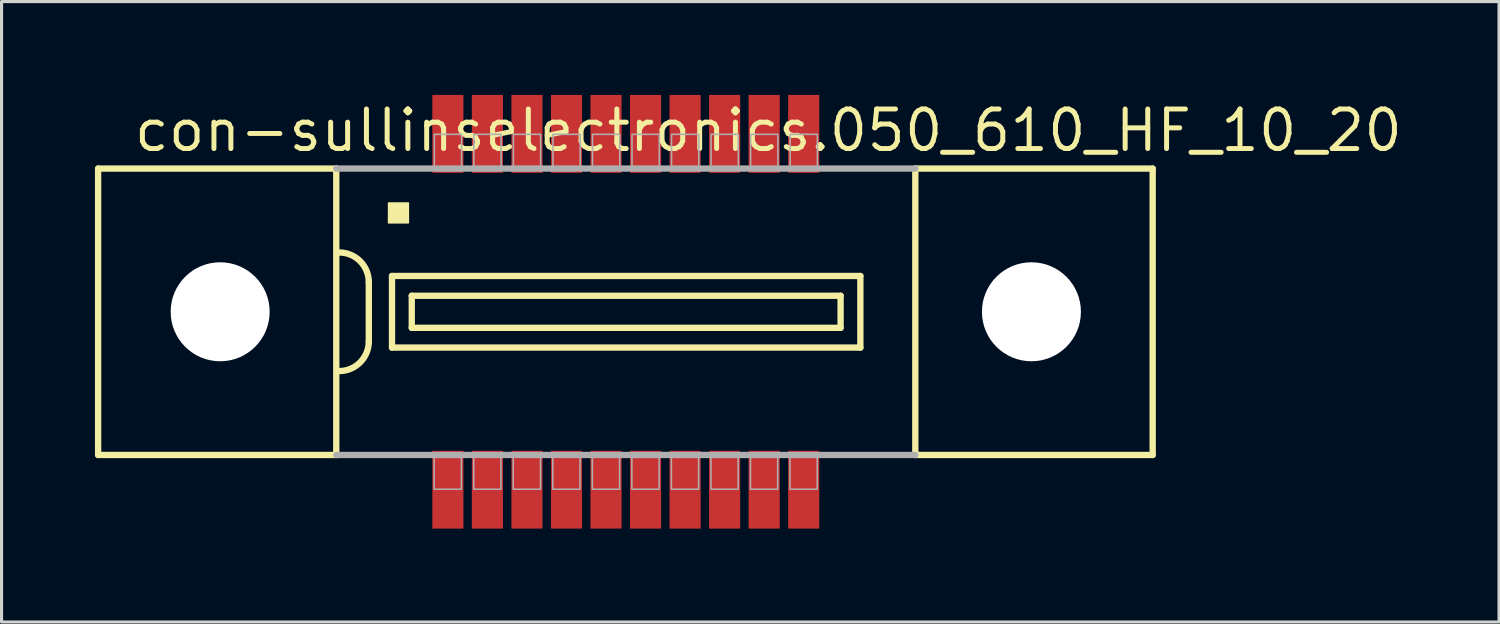
<source format=kicad_pcb>
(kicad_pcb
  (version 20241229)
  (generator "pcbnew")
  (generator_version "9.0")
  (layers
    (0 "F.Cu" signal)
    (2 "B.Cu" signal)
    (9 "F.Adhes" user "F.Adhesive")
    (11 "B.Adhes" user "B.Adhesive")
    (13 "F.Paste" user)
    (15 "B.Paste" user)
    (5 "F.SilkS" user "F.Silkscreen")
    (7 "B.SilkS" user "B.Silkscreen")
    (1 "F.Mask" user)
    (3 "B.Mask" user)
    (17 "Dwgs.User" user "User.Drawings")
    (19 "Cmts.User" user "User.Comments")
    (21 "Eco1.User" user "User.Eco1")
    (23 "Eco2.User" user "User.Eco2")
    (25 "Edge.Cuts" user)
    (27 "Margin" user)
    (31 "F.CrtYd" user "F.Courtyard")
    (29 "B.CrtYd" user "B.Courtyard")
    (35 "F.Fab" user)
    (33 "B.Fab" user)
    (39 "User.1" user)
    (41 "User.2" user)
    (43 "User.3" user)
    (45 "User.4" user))
  (footprint "con-sullinselectronics.050_610_HF_10_20"
    (layer "F.Cu")
    (at 17.052 6.965)
    (property "Reference" "con-sullinselectronics.050_610_HF_10_20" (at -15.875 -5.08 0) (layer "F.SilkS") (effects (font (size 1.27 1.27) (thickness 0.16)) (justify left bottom)))
    (attr smd)
    (fp_line (start -16.95 -4.6) (end -16.95 4.6) (stroke (width 0.203) (type default)) (layer "F.SilkS"))
    (fp_line (start -16.95 4.6) (end -9.3 4.6) (stroke (width 0.203) (type default)) (layer "F.SilkS"))
    (fp_line (start -9.3 -4.6) (end -16.95 -4.6) (stroke (width 0.203) (type default)) (layer "F.SilkS"))
    (fp_line (start -9.3 -4.6) (end -9.3 4.6) (stroke (width 0.203) (type default)) (layer "F.SilkS"))
    (fp_line (start -8.255 -0.953) (end -8.255 0.953) (stroke (width 0.203) (type default)) (layer "F.SilkS"))
    (fp_line (start -7.51 -1.15) (end -7.51 1.15) (stroke (width 0.203) (type default)) (layer "F.SilkS"))
    (fp_line (start -7.51 1.15) (end 7.535 1.15) (stroke (width 0.203) (type default)) (layer "F.SilkS"))
    (fp_line (start -6.875 -0.515) (end -6.875 0.515) (stroke (width 0.203) (type default)) (layer "F.SilkS"))
    (fp_line (start -6.875 0.515) (end 6.9 0.515) (stroke (width 0.203) (type default)) (layer "F.SilkS"))
    (fp_line (start 6.9 -0.515) (end -6.875 -0.515) (stroke (width 0.203) (type default)) (layer "F.SilkS"))
    (fp_line (start 6.9 0.515) (end 6.9 -0.515) (stroke (width 0.203) (type default)) (layer "F.SilkS"))
    (fp_line (start 7.535 -1.15) (end -7.51 -1.15) (stroke (width 0.203) (type default)) (layer "F.SilkS"))
    (fp_line (start 7.535 1.15) (end 7.535 -1.15) (stroke (width 0.203) (type default)) (layer "F.SilkS"))
    (fp_line (start 9.3 4.6) (end 9.3 -4.6) (stroke (width 0.203) (type default)) (layer "F.SilkS"))
    (fp_line (start 9.3 4.6) (end 16.925 4.6) (stroke (width 0.203) (type default)) (layer "F.SilkS"))
    (fp_line (start 16.925 -4.6) (end 9.3 -4.6) (stroke (width 0.203) (type default)) (layer "F.SilkS"))
    (fp_line (start 16.925 4.6) (end 16.925 -4.6) (stroke (width 0.203) (type default)) (layer "F.SilkS"))
    (fp_rect (start -7.62 -2.857) (end -6.985 -3.493) (stroke (width 0.05) (type default)) (fill yes) (layer "F.SilkS"))
    (fp_arc (start -9.2075 -1.905) (mid -8.533981 -1.626019) (end -8.255 -0.9525) (stroke (width 0.2032) (type default)) (layer "F.SilkS"))
    (fp_arc (start -8.255 0.9525) (mid -8.53401 1.62599) (end -9.2075 1.905) (stroke (width 0.2032) (type default)) (layer "F.SilkS"))
    (fp_line (start -9.3 4.6) (end 9.3 4.6) (stroke (width 0.203) (type default)) (layer "F.Fab"))
    (fp_line (start 9.3 -4.6) (end -9.3 -4.6) (stroke (width 0.203) (type default)) (layer "F.Fab"))
    (fp_rect (start -6.155 5.7) (end -5.28 4.65) (stroke (width 0.05) (type default)) (fill no) (layer "F.Fab"))
    (fp_rect (start -6.15 -4.65) (end -5.275 -5.7) (stroke (width 0.05) (type default)) (fill no) (layer "F.Fab"))
    (fp_rect (start -4.885 5.7) (end -4.01 4.65) (stroke (width 0.05) (type default)) (fill no) (layer "F.Fab"))
    (fp_rect (start -4.88 -4.65) (end -4.005 -5.7) (stroke (width 0.05) (type default)) (fill no) (layer "F.Fab"))
    (fp_rect (start -3.615 5.7) (end -2.74 4.65) (stroke (width 0.05) (type default)) (fill no) (layer "F.Fab"))
    (fp_rect (start -3.61 -4.65) (end -2.735 -5.7) (stroke (width 0.05) (type default)) (fill no) (layer "F.Fab"))
    (fp_rect (start -2.345 5.7) (end -1.47 4.65) (stroke (width 0.05) (type default)) (fill no) (layer "F.Fab"))
    (fp_rect (start -2.34 -4.65) (end -1.465 -5.7) (stroke (width 0.05) (type default)) (fill no) (layer "F.Fab"))
    (fp_rect (start -1.075 5.7) (end -0.2 4.65) (stroke (width 0.05) (type default)) (fill no) (layer "F.Fab"))
    (fp_rect (start -1.07 -4.65) (end -0.195 -5.7) (stroke (width 0.05) (type default)) (fill no) (layer "F.Fab"))
    (fp_rect (start 0.195 5.7) (end 1.07 4.65) (stroke (width 0.05) (type default)) (fill no) (layer "F.Fab"))
    (fp_rect (start 0.2 -4.65) (end 1.075 -5.7) (stroke (width 0.05) (type default)) (fill no) (layer "F.Fab"))
    (fp_rect (start 1.465 5.7) (end 2.34 4.65) (stroke (width 0.05) (type default)) (fill no) (layer "F.Fab"))
    (fp_rect (start 1.47 -4.65) (end 2.345 -5.7) (stroke (width 0.05) (type default)) (fill no) (layer "F.Fab"))
    (fp_rect (start 2.735 5.7) (end 3.61 4.65) (stroke (width 0.05) (type default)) (fill no) (layer "F.Fab"))
    (fp_rect (start 2.74 -4.65) (end 3.615 -5.7) (stroke (width 0.05) (type default)) (fill no) (layer "F.Fab"))
    (fp_rect (start 4.005 5.7) (end 4.88 4.65) (stroke (width 0.05) (type default)) (fill no) (layer "F.Fab"))
    (fp_rect (start 4.01 -4.65) (end 4.885 -5.7) (stroke (width 0.05) (type default)) (fill no) (layer "F.Fab"))
    (fp_rect (start 5.275 5.7) (end 6.15 4.65) (stroke (width 0.05) (type default)) (fill no) (layer "F.Fab"))
    (fp_rect (start 5.28 -4.65) (end 6.155 -5.7) (stroke (width 0.05) (type default)) (fill no) (layer "F.Fab"))
    (pad "" np_thru_hole circle (at -13.03 0) (size 3.18 3.18) (drill 3.18) (layers "*.Cu" "*.Mask"))
    (pad "" np_thru_hole circle (at 13.03 0) (size 3.18 3.18) (drill 3.18) (layers "*.Cu" "*.Mask"))
    (pad "1" smd roundrect (at -5.715 -5.715) (size 1 2.5) (layers "F.Cu" "F.Mask" "F.Paste") (roundrect_rratio 0.01))
    (pad "2" smd roundrect (at -4.445 -5.715) (size 1 2.5) (layers "F.Cu" "F.Mask" "F.Paste") (roundrect_rratio 0.01))
    (pad "3" smd roundrect (at -3.175 -5.715) (size 1 2.5) (layers "F.Cu" "F.Mask" "F.Paste") (roundrect_rratio 0.01))
    (pad "4" smd roundrect (at -1.905 -5.715) (size 1 2.5) (layers "F.Cu" "F.Mask" "F.Paste") (roundrect_rratio 0.01))
    (pad "5" smd roundrect (at -0.635 -5.715) (size 1 2.5) (layers "F.Cu" "F.Mask" "F.Paste") (roundrect_rratio 0.01))
    (pad "6" smd roundrect (at 0.635 -5.715) (size 1 2.5) (layers "F.Cu" "F.Mask" "F.Paste") (roundrect_rratio 0.01))
    (pad "7" smd roundrect (at 1.905 -5.715) (size 1 2.5) (layers "F.Cu" "F.Mask" "F.Paste") (roundrect_rratio 0.01))
    (pad "8" smd roundrect (at 3.175 -5.715) (size 1 2.5) (layers "F.Cu" "F.Mask" "F.Paste") (roundrect_rratio 0.01))
    (pad "9" smd roundrect (at 4.445 -5.715) (size 1 2.5) (layers "F.Cu" "F.Mask" "F.Paste") (roundrect_rratio 0.01))
    (pad "10" smd roundrect (at 5.715 -5.715) (size 1 2.5) (layers "F.Cu" "F.Mask" "F.Paste") (roundrect_rratio 0.01))
    (pad "11" smd roundrect (at -5.715 5.715) (size 1 2.5) (layers "F.Cu" "F.Mask" "F.Paste") (roundrect_rratio 0.01))
    (pad "12" smd roundrect (at -4.445 5.715) (size 1 2.5) (layers "F.Cu" "F.Mask" "F.Paste") (roundrect_rratio 0.01))
    (pad "13" smd roundrect (at -3.175 5.715) (size 1 2.5) (layers "F.Cu" "F.Mask" "F.Paste") (roundrect_rratio 0.01))
    (pad "14" smd roundrect (at -1.905 5.715) (size 1 2.5) (layers "F.Cu" "F.Mask" "F.Paste") (roundrect_rratio 0.01))
    (pad "15" smd roundrect (at -0.635 5.715) (size 1 2.5) (layers "F.Cu" "F.Mask" "F.Paste") (roundrect_rratio 0.01))
    (pad "16" smd roundrect (at 0.635 5.715) (size 1 2.5) (layers "F.Cu" "F.Mask" "F.Paste") (roundrect_rratio 0.01))
    (pad "17" smd roundrect (at 1.905 5.715) (size 1 2.5) (layers "F.Cu" "F.Mask" "F.Paste") (roundrect_rratio 0.01))
    (pad "18" smd roundrect (at 3.175 5.715) (size 1 2.5) (layers "F.Cu" "F.Mask" "F.Paste") (roundrect_rratio 0.01))
    (pad "19" smd roundrect (at 4.445 5.715) (size 1 2.5) (layers "F.Cu" "F.Mask" "F.Paste") (roundrect_rratio 0.01))
    (pad "20" smd roundrect (at 5.715 5.715) (size 1 2.5) (layers "F.Cu" "F.Mask" "F.Paste") (roundrect_rratio 0.01)))
  (gr_rect
    (start -3 -3)
    (end 45.103 16.93)
    (stroke (width 0.1) (type default))
    (fill no)
    (layer "Edge.Cuts")))
</source>
